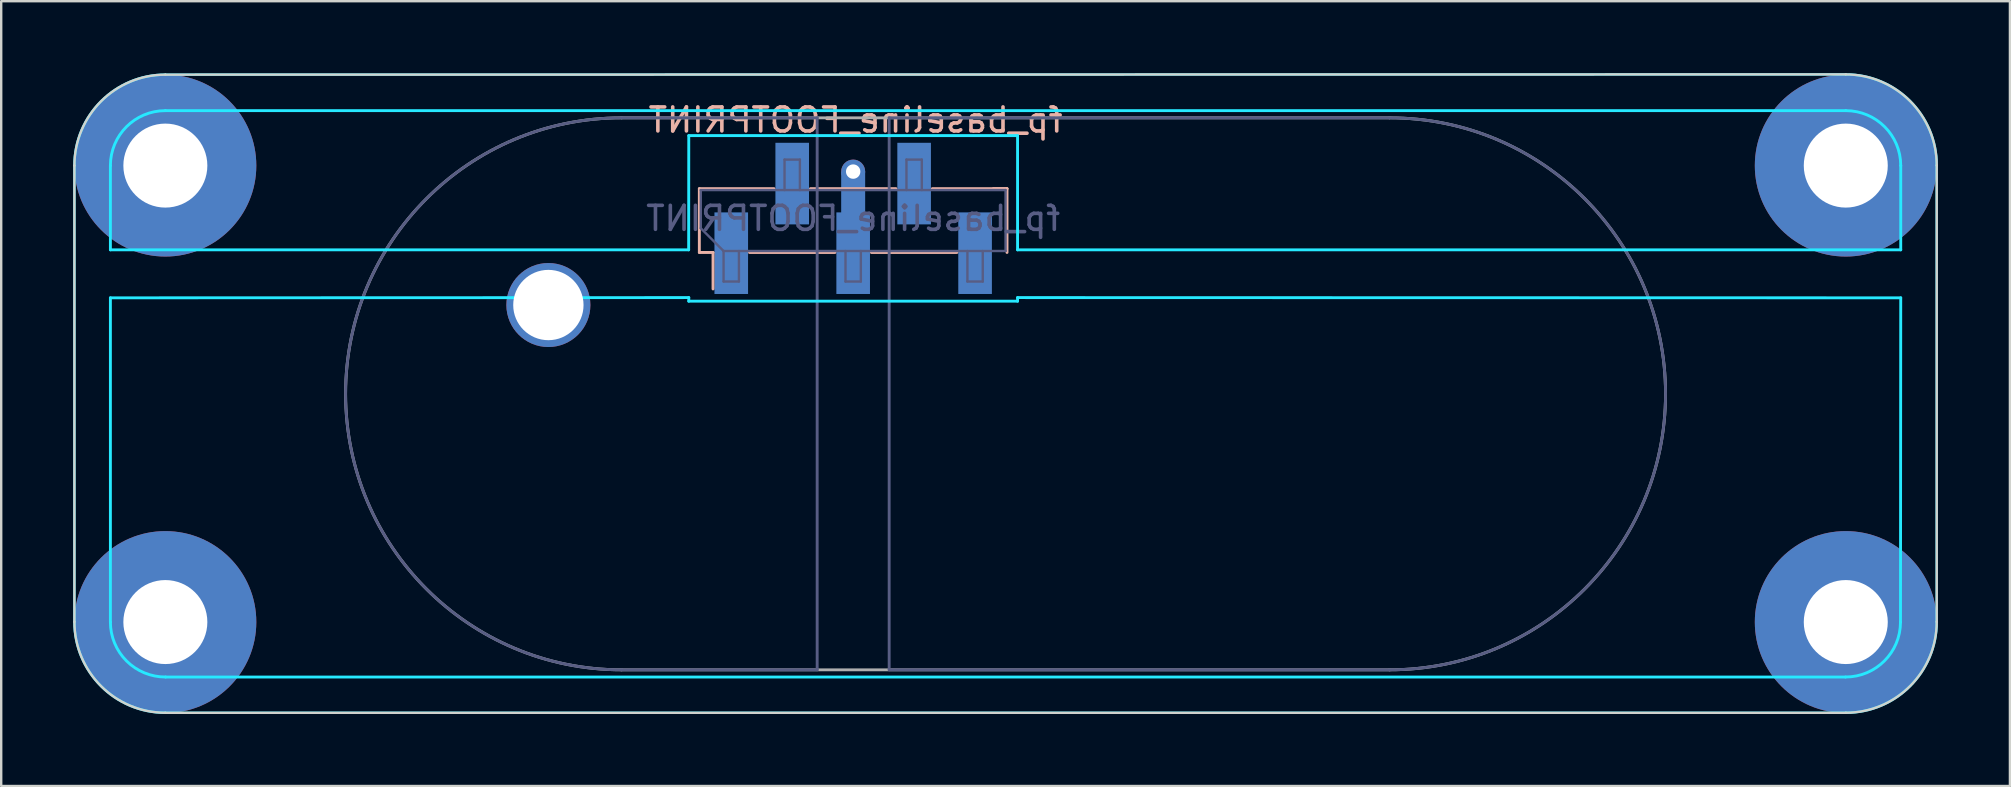
<source format=kicad_pcb>
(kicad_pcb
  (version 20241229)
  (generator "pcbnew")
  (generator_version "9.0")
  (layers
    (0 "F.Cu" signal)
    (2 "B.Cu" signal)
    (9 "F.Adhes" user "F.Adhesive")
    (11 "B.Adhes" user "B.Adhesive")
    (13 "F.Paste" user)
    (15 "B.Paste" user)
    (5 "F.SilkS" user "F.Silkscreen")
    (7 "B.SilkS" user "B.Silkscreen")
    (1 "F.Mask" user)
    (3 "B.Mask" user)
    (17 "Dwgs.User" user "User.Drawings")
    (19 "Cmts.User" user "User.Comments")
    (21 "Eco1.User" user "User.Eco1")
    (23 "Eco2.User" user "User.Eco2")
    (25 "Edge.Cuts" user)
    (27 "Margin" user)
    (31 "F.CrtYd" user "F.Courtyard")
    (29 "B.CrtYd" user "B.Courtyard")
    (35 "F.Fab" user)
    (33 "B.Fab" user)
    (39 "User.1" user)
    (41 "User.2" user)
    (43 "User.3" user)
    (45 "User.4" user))
  (footprint "fp_baseline_FOOTPRINT"
    (layer "F.Cu")
    (at 38.85 13.36)
    (property "Reference" "fp_baseline_FOOTPRINT" (at -6.25 -11.41 0) (layer "B.SilkS") (effects (font (size 1 1) (thickness 0.15)) (justify mirror)))
    (attr smd)
    (fp_poly (pts (xy -6.35 -8.81) (xy -6.85 -9.26) (xy -6.85 -5.61) (xy -5.85 -5.61) (xy -5.85 -9.26)) (stroke (width 0) (type solid)) (fill yes) (layer "B.Cu"))
    (fp_line (start -12.76 -8.55) (end -12.76 -5.89) (stroke (width 0.12) (type solid)) (layer "B.SilkS"))
    (fp_line (start -12.76 -8.55) (end -9.65 -8.55) (stroke (width 0.12) (type solid)) (layer "B.SilkS"))
    (fp_line (start -12.76 -5.89) (end -12.19 -5.89) (stroke (width 0.12) (type solid)) (layer "B.SilkS"))
    (fp_line (start -12.19 -5.89) (end -12.19 -4.37) (stroke (width 0.12) (type solid)) (layer "B.SilkS"))
    (fp_line (start -10.67 -5.89) (end -7.11 -5.89) (stroke (width 0.12) (type solid)) (layer "B.SilkS"))
    (fp_line (start -8.13 -8.55) (end -4.57 -8.55) (stroke (width 0.12) (type solid)) (layer "B.SilkS"))
    (fp_line (start -5.59 -5.89) (end -2.03 -5.89) (stroke (width 0.12) (type solid)) (layer "B.SilkS"))
    (fp_line (start -3.05 -8.55) (end 0.06 -8.55) (stroke (width 0.12) (type solid)) (layer "B.SilkS"))
    (fp_line (start -0.51 -8.55) (end 0.06 -8.55) (stroke (width 0.12) (type solid)) (layer "B.SilkS"))
    (fp_line (start 0.06 -8.55) (end 0.06 -5.89) (stroke (width 0.12) (type solid)) (layer "B.SilkS"))
    (fp_line (start -38.8 -9.51) (end -38.8 9.5) (stroke (width 0.1) (type solid)) (layer "Edge.Cuts"))
    (fp_line (start -35.01 -13.3) (end 35.01 -13.31) (stroke (width 0.1) (type solid)) (layer "Edge.Cuts"))
    (fp_line (start -35.01 13.29) (end 35.01 13.29) (stroke (width 0.1) (type solid)) (layer "Edge.Cuts"))
    (fp_line (start 38.8 9.5) (end 38.8 -9.52) (stroke (width 0.1) (type solid)) (layer "Edge.Cuts"))
    (fp_arc (start -38.8 -9.51) (mid -37.689935 -12.189935) (end -35.01 -13.3) (stroke (width 0.1) (type solid)) (layer "Edge.Cuts"))
    (fp_arc (start -35.01 13.29) (mid -37.689935 12.179935) (end -38.8 9.5) (stroke (width 0.1) (type solid)) (layer "Edge.Cuts"))
    (fp_arc (start 35.01 -13.31) (mid 37.689935 -12.199935) (end 38.8 -9.52) (stroke (width 0.1) (type solid)) (layer "Edge.Cuts"))
    (fp_arc (start 38.8 9.5) (mid 37.689935 12.179935) (end 35.01 13.29) (stroke (width 0.1) (type solid)) (layer "Edge.Cuts"))
    (fp_line (start -38.8 -9.51) (end -38.8 9.5) (stroke (width 0.1) (type solid)) (layer "B.CrtYd"))
    (fp_line (start -37.3 -9.51) (end -37.3 -6) (stroke (width 0.12) (type solid)) (layer "B.CrtYd"))
    (fp_line (start -37.3 -6) (end -13.205 -6) (stroke (width 0.12) (type solid)) (layer "B.CrtYd"))
    (fp_line (start -37.3 -4) (end -37.3 9.51) (stroke (width 0.12) (type solid)) (layer "B.CrtYd"))
    (fp_line (start -37.3 -4) (end -13.2 -4.01) (stroke (width 0.12) (type solid)) (layer "B.CrtYd"))
    (fp_line (start -35.01 -13.3) (end 35.01 -13.31) (stroke (width 0.1) (type solid)) (layer "B.CrtYd"))
    (fp_line (start -35.01 13.29) (end 35.01 13.29) (stroke (width 0.1) (type solid)) (layer "B.CrtYd"))
    (fp_line (start -35.002 11.8) (end 35 11.8) (stroke (width 0.12) (type solid)) (layer "B.CrtYd"))
    (fp_line (start -13.205 -6) (end -13.2 -10.76) (stroke (width 0.12) (type solid)) (layer "B.CrtYd"))
    (fp_line (start -13.2 -10.76) (end 0.5 -10.76) (stroke (width 0.12) (type solid)) (layer "B.CrtYd"))
    (fp_line (start -13.2 -3.86) (end -13.2 -4.01) (stroke (width 0.12) (type solid)) (layer "B.CrtYd"))
    (fp_line (start 0.5 -10.76) (end 0.5 -6) (stroke (width 0.12) (type solid)) (layer "B.CrtYd"))
    (fp_line (start 0.5 -6) (end 37.3 -6) (stroke (width 0.12) (type solid)) (layer "B.CrtYd"))
    (fp_line (start 0.5 -4.01) (end 0.5 -3.86) (stroke (width 0.12) (type solid)) (layer "B.CrtYd"))
    (fp_line (start 0.5 -4.01) (end 37.3 -4) (stroke (width 0.12) (type solid)) (layer "B.CrtYd"))
    (fp_line (start 0.5 -3.86) (end -13.2 -3.86) (stroke (width 0.12) (type solid)) (layer "B.CrtYd"))
    (fp_line (start 35.01 -11.8) (end -35.01 -11.8) (stroke (width 0.12) (type solid)) (layer "B.CrtYd"))
    (fp_line (start 37.29 9.51) (end 37.3 -4) (stroke (width 0.12) (type solid)) (layer "B.CrtYd"))
    (fp_line (start 37.3 -6) (end 37.3 -9.51) (stroke (width 0.12) (type solid)) (layer "B.CrtYd"))
    (fp_line (start 38.8 9.5) (end 38.8 -9.52) (stroke (width 0.1) (type solid)) (layer "B.CrtYd"))
    (fp_arc (start -38.8 -9.51) (mid -37.689935 -12.189935) (end -35.01 -13.3) (stroke (width 0.1) (type solid)) (layer "B.CrtYd"))
    (fp_arc (start -37.3 -9.51) (mid -36.629275 -11.129275) (end -35.01 -11.8) (stroke (width 0.12) (type solid)) (layer "B.CrtYd"))
    (fp_arc (start -35.01 13.29) (mid -37.689935 12.179935) (end -38.8 9.5) (stroke (width 0.1) (type solid)) (layer "B.CrtYd"))
    (fp_arc (start -35.002006 11.799986) (mid -36.626446 11.132098) (end -37.3 9.51) (stroke (width 0.12) (type solid)) (layer "B.CrtYd"))
    (fp_arc (start 35.01 -13.31) (mid 37.689935 -12.199935) (end 38.8 -9.52) (stroke (width 0.1) (type solid)) (layer "B.CrtYd"))
    (fp_arc (start 35.01 -11.8) (mid 36.629275 -11.129275) (end 37.3 -9.51) (stroke (width 0.12) (type solid)) (layer "B.CrtYd"))
    (fp_arc (start 37.29 9.51) (mid 36.619275 11.129275) (end 35 11.8) (stroke (width 0.12) (type solid)) (layer "B.CrtYd"))
    (fp_arc (start 38.8 9.5) (mid 37.689935 12.179935) (end 35.01 13.29) (stroke (width 0.1) (type solid)) (layer "B.CrtYd"))
    (fp_line (start -16 -11.5) (end -7.85 -11.5) (stroke (width 0.12) (type solid)) (layer "B.Fab"))
    (fp_line (start -12.7 -8.49) (end -12.7 -6.9) (stroke (width 0.1) (type solid)) (layer "B.Fab"))
    (fp_line (start -12.7 -8.49) (end 0 -8.49) (stroke (width 0.1) (type solid)) (layer "B.Fab"))
    (fp_line (start -11.75 -5.95) (end -12.7 -6.9) (stroke (width 0.1) (type solid)) (layer "B.Fab"))
    (fp_line (start -11.75 -5.95) (end -11.75 -4.68) (stroke (width 0.1) (type solid)) (layer "B.Fab"))
    (fp_line (start -11.75 -4.68) (end -11.11 -4.68) (stroke (width 0.1) (type solid)) (layer "B.Fab"))
    (fp_line (start -11.11 -4.68) (end -11.11 -5.95) (stroke (width 0.1) (type solid)) (layer "B.Fab"))
    (fp_line (start -9.21 -9.76) (end -8.57 -9.76) (stroke (width 0.1) (type solid)) (layer "B.Fab"))
    (fp_line (start -9.21 -8.49) (end -9.21 -9.76) (stroke (width 0.1) (type solid)) (layer "B.Fab"))
    (fp_line (start -8.57 -9.76) (end -8.57 -8.49) (stroke (width 0.1) (type solid)) (layer "B.Fab"))
    (fp_line (start -7.85 -11.5) (end -7.85 11.5) (stroke (width 0.12) (type solid)) (layer "B.Fab"))
    (fp_line (start -7.85 11.5) (end -16 11.5) (stroke (width 0.12) (type solid)) (layer "B.Fab"))
    (fp_line (start -6.67 -5.95) (end -6.67 -4.68) (stroke (width 0.1) (type solid)) (layer "B.Fab"))
    (fp_line (start -6.67 -4.68) (end -6.03 -4.68) (stroke (width 0.1) (type solid)) (layer "B.Fab"))
    (fp_line (start -6.03 -4.68) (end -6.03 -5.95) (stroke (width 0.1) (type solid)) (layer "B.Fab"))
    (fp_line (start -4.85 -11.5) (end -4.85 11.5) (stroke (width 0.12) (type solid)) (layer "B.Fab"))
    (fp_line (start -4.85 -11.5) (end 16 -11.5) (stroke (width 0.12) (type solid)) (layer "B.Fab"))
    (fp_line (start -4.85 11.5) (end 16 11.5) (stroke (width 0.12) (type solid)) (layer "B.Fab"))
    (fp_line (start -4.13 -9.76) (end -3.49 -9.76) (stroke (width 0.1) (type solid)) (layer "B.Fab"))
    (fp_line (start -4.13 -8.49) (end -4.13 -9.76) (stroke (width 0.1) (type solid)) (layer "B.Fab"))
    (fp_line (start -3.49 -9.76) (end -3.49 -8.49) (stroke (width 0.1) (type solid)) (layer "B.Fab"))
    (fp_line (start -1.59 -5.95) (end -1.59 -4.68) (stroke (width 0.1) (type solid)) (layer "B.Fab"))
    (fp_line (start -1.59 -4.68) (end -0.95 -4.68) (stroke (width 0.1) (type solid)) (layer "B.Fab"))
    (fp_line (start -0.95 -4.68) (end -0.95 -5.95) (stroke (width 0.1) (type solid)) (layer "B.Fab"))
    (fp_line (start 0 -5.95) (end -11.75 -5.95) (stroke (width 0.1) (type solid)) (layer "B.Fab"))
    (fp_line (start 0 -5.95) (end 0 -8.49) (stroke (width 0.1) (type solid)) (layer "B.Fab"))
    (fp_arc (start -16 11.5) (mid -27.5 0) (end -16 -11.5) (stroke (width 0.12) (type solid)) (layer "B.Fab"))
    (fp_arc (start 16 -11.5) (mid 27.5 0) (end 16 11.5) (stroke (width 0.12) (type solid)) (layer "B.Fab"))
    (fp_line (start -16 11.5) (end 16 11.5) (stroke (width 0.12) (type solid)) (layer "F.Fab"))
    (fp_line (start 16 -11.5) (end -16 -11.5) (stroke (width 0.12) (type solid)) (layer "F.Fab"))
    (fp_arc (start -16 11.5) (mid -27.5 0) (end -16 -11.5) (stroke (width 0.12) (type solid)) (layer "F.Fab"))
    (fp_arc (start 16 -11.5) (mid 27.5 0) (end 16 11.5) (stroke (width 0.12) (type solid)) (layer "F.Fab"))
    (fp_text user "${REFERENCE}" (at -6.35 -7.31 180) (layer "B.Fab") (effects (font (size 1 1) (thickness 0.15)) (justify mirror)))
    (pad "" thru_hole circle (at -35.01 -9.51) (size 7.58 7.58) (drill 3.5) (layers "*.Cu"))
    (pad "" thru_hole circle (at -35.01 9.51) (size 7.58 7.58) (drill 3.5) (layers "*.Cu"))
    (pad "" thru_hole circle (at -19.05 -3.7) (size 3.5 3.5) (drill 2.93) (layers "*.Cu"))
    (pad "" thru_hole circle (at 35.01 -9.51) (size 7.58 7.58) (drill 3.5) (layers "*.Cu"))
    (pad "" thru_hole circle (at 35.01 9.51) (size 7.58 7.58) (drill 3.5) (layers "*.Cu"))
    (pad "1" smd rect (at -11.43 -5.86 270) (size 3.4 1.4) (layers "B.Cu" "B.Mask" "B.Paste"))
    (pad "1" smd rect (at -8.89 -8.76 270) (size 3.4 1.4) (layers "B.Cu" "B.Mask" "B.Paste"))
    (pad "3" thru_hole circle (at -6.35 -9.26) (size 1 1) (drill 0.6) (layers "*.Cu"))
    (pad "3" smd rect (at -6.35 -5.86 270) (size 3.4 1.4) (layers "B.Cu" "B.Mask" "B.Paste"))
    (pad "5" smd rect (at -3.81 -8.76 270) (size 3.4 1.4) (layers "B.Cu" "B.Mask" "B.Paste"))
    (pad "5" smd rect (at -1.27 -5.86 270) (size 3.4 1.4) (layers "B.Cu" "B.Mask" "B.Paste")))
  (gr_rect
    (start -3 -3)
    (end 80.7 29.7)
    (stroke (width 0.1) (type default))
    (fill no)
    (layer "Edge.Cuts")))
</source>
